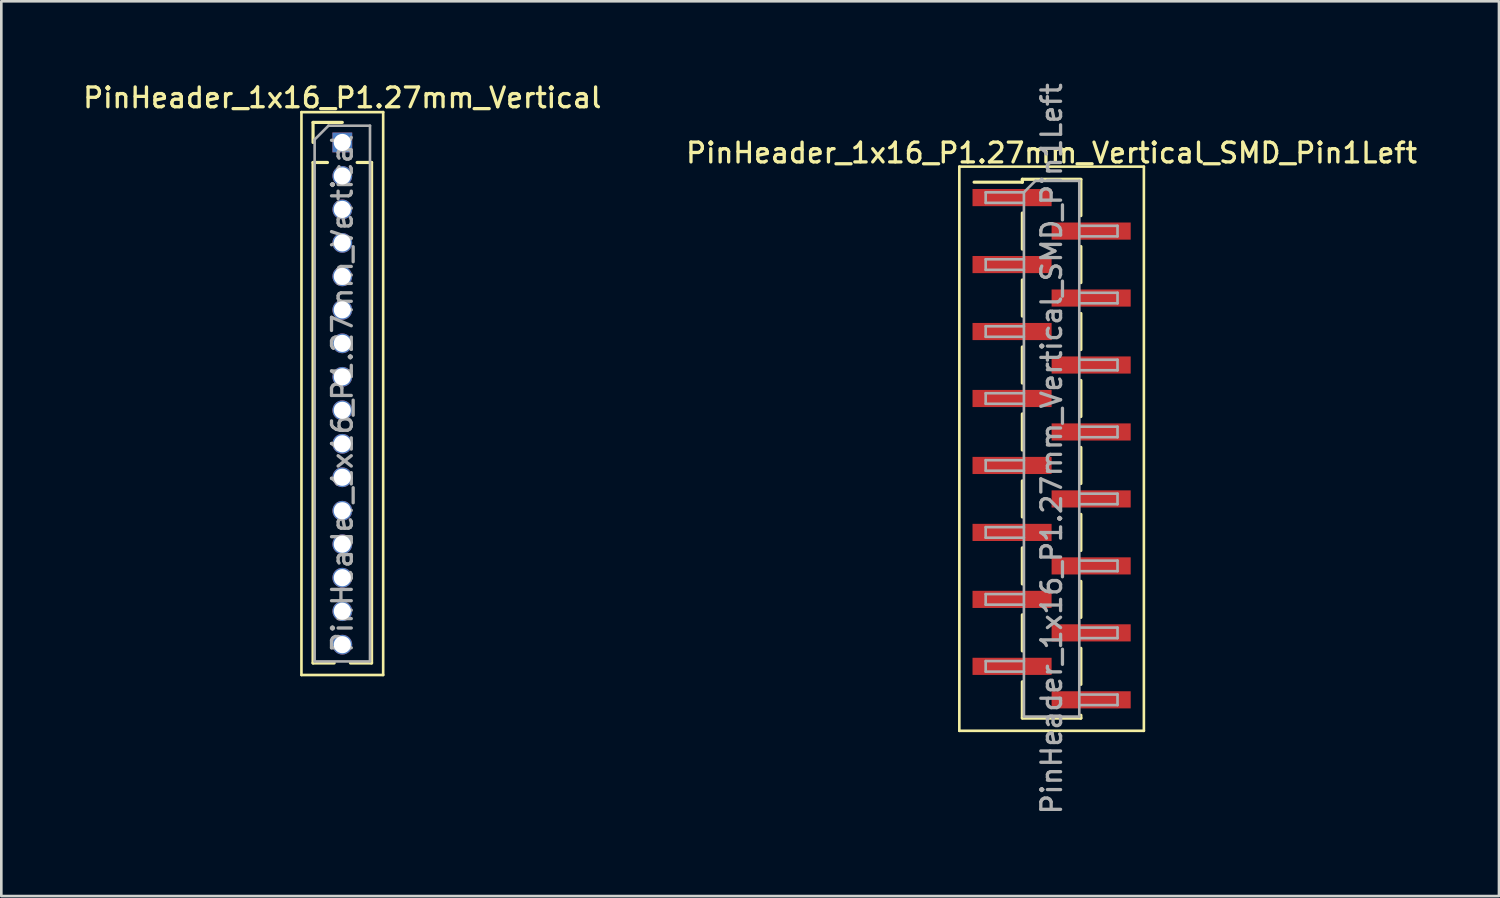
<source format=kicad_pcb>
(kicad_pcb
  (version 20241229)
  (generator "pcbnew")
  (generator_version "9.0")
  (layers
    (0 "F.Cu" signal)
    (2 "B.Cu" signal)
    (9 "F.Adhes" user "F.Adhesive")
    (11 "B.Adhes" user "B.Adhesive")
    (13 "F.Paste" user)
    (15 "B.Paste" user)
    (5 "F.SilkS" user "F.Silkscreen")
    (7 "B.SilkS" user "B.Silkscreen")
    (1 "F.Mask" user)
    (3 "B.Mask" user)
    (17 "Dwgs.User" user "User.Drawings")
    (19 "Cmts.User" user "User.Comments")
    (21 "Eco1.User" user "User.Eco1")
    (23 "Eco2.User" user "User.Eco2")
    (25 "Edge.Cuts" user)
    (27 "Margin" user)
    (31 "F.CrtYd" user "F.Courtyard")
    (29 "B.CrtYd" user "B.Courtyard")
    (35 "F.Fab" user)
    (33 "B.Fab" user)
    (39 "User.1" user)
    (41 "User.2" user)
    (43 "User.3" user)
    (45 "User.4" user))
  (footprint "PinHeader_1x16_P1.27mm_Vertical"
    (layer "F.Cu")
    (at 9.934 2.353)
    (property "Reference" "PinHeader_1x16_P1.27mm_Vertical" (at 0 -1.695 0) (layer "F.SilkS") (effects (font (size 0.75 0.75) (thickness 0.125))))
    (attr through_hole)
    (fp_line (start -1.55 -1.15) (end -1.55 20.2) (stroke (width 0.1) (type solid)) (layer "F.SilkS"))
    (fp_line (start -1.55 20.2) (end 1.55 20.2) (stroke (width 0.1) (type solid)) (layer "F.SilkS"))
    (fp_line (start -1.11 -0.76) (end 0 -0.76) (stroke (width 0.12) (type solid)) (layer "F.SilkS"))
    (fp_line (start -1.11 0) (end -1.11 -0.76) (stroke (width 0.12) (type solid)) (layer "F.SilkS"))
    (fp_line (start -1.11 0.76) (end -1.11 19.745) (stroke (width 0.12) (type solid)) (layer "F.SilkS"))
    (fp_line (start -1.11 0.76) (end -0.563 0.76) (stroke (width 0.12) (type solid)) (layer "F.SilkS"))
    (fp_line (start -1.11 19.745) (end -0.308 19.745) (stroke (width 0.12) (type solid)) (layer "F.SilkS"))
    (fp_line (start 0.308 19.745) (end 1.11 19.745) (stroke (width 0.12) (type solid)) (layer "F.SilkS"))
    (fp_line (start 0.563 0.76) (end 1.11 0.76) (stroke (width 0.12) (type solid)) (layer "F.SilkS"))
    (fp_line (start 1.11 0.76) (end 1.11 19.745) (stroke (width 0.12) (type solid)) (layer "F.SilkS"))
    (fp_line (start 1.55 -1.15) (end -1.55 -1.15) (stroke (width 0.1) (type solid)) (layer "F.SilkS"))
    (fp_line (start 1.55 20.2) (end 1.55 -1.15) (stroke (width 0.1) (type solid)) (layer "F.SilkS"))
    (fp_line (start -1.05 -0.11) (end -0.525 -0.635) (stroke (width 0.1) (type solid)) (layer "F.Fab"))
    (fp_line (start -1.05 19.685) (end -1.05 -0.11) (stroke (width 0.1) (type solid)) (layer "F.Fab"))
    (fp_line (start -0.525 -0.635) (end 1.05 -0.635) (stroke (width 0.1) (type solid)) (layer "F.Fab"))
    (fp_line (start 1.05 -0.635) (end 1.05 19.685) (stroke (width 0.1) (type solid)) (layer "F.Fab"))
    (fp_line (start 1.05 19.685) (end -1.05 19.685) (stroke (width 0.1) (type solid)) (layer "F.Fab"))
    (fp_text user "${REFERENCE}" (at 0 9.525 90) (layer "F.Fab") (effects (font (size 0.75 0.75) (thickness 0.125))))
    (pad "1" thru_hole rect (at 0 0) (size 0.75 0.75) (drill 0.65) (layers "*.Cu" "*.Mask"))
    (pad "2" thru_hole oval (at 0 1.27) (size 0.75 0.75) (drill 0.65) (layers "*.Cu" "*.Mask"))
    (pad "3" thru_hole oval (at 0 2.54) (size 0.75 0.75) (drill 0.65) (layers "*.Cu" "*.Mask"))
    (pad "4" thru_hole oval (at 0 3.81) (size 0.75 0.75) (drill 0.65) (layers "*.Cu" "*.Mask"))
    (pad "5" thru_hole oval (at 0 5.08) (size 0.75 0.75) (drill 0.65) (layers "*.Cu" "*.Mask"))
    (pad "6" thru_hole oval (at 0 6.35) (size 0.75 0.75) (drill 0.65) (layers "*.Cu" "*.Mask"))
    (pad "7" thru_hole oval (at 0 7.62) (size 0.75 0.75) (drill 0.65) (layers "*.Cu" "*.Mask"))
    (pad "8" thru_hole oval (at 0 8.89) (size 0.75 0.75) (drill 0.65) (layers "*.Cu" "*.Mask"))
    (pad "9" thru_hole oval (at 0 10.16) (size 0.75 0.75) (drill 0.65) (layers "*.Cu" "*.Mask"))
    (pad "10" thru_hole oval (at 0 11.43) (size 0.75 0.75) (drill 0.65) (layers "*.Cu" "*.Mask"))
    (pad "11" thru_hole oval (at 0 12.7) (size 0.75 0.75) (drill 0.65) (layers "*.Cu" "*.Mask"))
    (pad "12" thru_hole oval (at 0 13.97) (size 0.75 0.75) (drill 0.65) (layers "*.Cu" "*.Mask"))
    (pad "13" thru_hole oval (at 0 15.24) (size 0.75 0.75) (drill 0.65) (layers "*.Cu" "*.Mask"))
    (pad "14" thru_hole oval (at 0 16.51) (size 0.75 0.75) (drill 0.65) (layers "*.Cu" "*.Mask"))
    (pad "15" thru_hole oval (at 0 17.78) (size 0.75 0.75) (drill 0.65) (layers "*.Cu" "*.Mask"))
    (pad "16" thru_hole oval (at 0 19.05) (size 0.75 0.75) (drill 0.65) (layers "*.Cu" "*.Mask")))
  (footprint "PinHeader_1x16_P1.27mm_Vertical_SMD_Pin1Left"
    (layer "F.Cu")
    (at 36.838 13.97)
    (property "Reference" "PinHeader_1x16_P1.27mm_Vertical_SMD_Pin1Left" (at 0 -11.22 0) (layer "F.SilkS") (effects (font (size 0.75 0.75) (thickness 0.125))))
    (attr smd)
    (fp_line (start -3.5 -10.7) (end -3.5 10.7) (stroke (width 0.1) (type solid)) (layer "F.SilkS"))
    (fp_line (start -3.5 10.7) (end 3.5 10.7) (stroke (width 0.1) (type solid)) (layer "F.SilkS"))
    (fp_line (start -1.11 -10.22) (end -1.11 -10.11) (stroke (width 0.12) (type solid)) (layer "F.SilkS"))
    (fp_line (start -1.11 -10.22) (end 1.11 -10.22) (stroke (width 0.12) (type solid)) (layer "F.SilkS"))
    (fp_line (start -1.11 -10.11) (end -2.94 -10.11) (stroke (width 0.12) (type solid)) (layer "F.SilkS"))
    (fp_line (start -1.11 -8.94) (end -1.11 -7.57) (stroke (width 0.12) (type solid)) (layer "F.SilkS"))
    (fp_line (start -1.11 -6.4) (end -1.11 -5.03) (stroke (width 0.12) (type solid)) (layer "F.SilkS"))
    (fp_line (start -1.11 -3.86) (end -1.11 -2.49) (stroke (width 0.12) (type solid)) (layer "F.SilkS"))
    (fp_line (start -1.11 -1.32) (end -1.11 0.05) (stroke (width 0.12) (type solid)) (layer "F.SilkS"))
    (fp_line (start -1.11 1.22) (end -1.11 2.59) (stroke (width 0.12) (type solid)) (layer "F.SilkS"))
    (fp_line (start -1.11 3.76) (end -1.11 5.13) (stroke (width 0.12) (type solid)) (layer "F.SilkS"))
    (fp_line (start -1.11 6.3) (end -1.11 7.67) (stroke (width 0.12) (type solid)) (layer "F.SilkS"))
    (fp_line (start -1.11 8.84) (end -1.11 10.21) (stroke (width 0.12) (type solid)) (layer "F.SilkS"))
    (fp_line (start -1.11 10.22) (end 1.11 10.22) (stroke (width 0.12) (type solid)) (layer "F.SilkS"))
    (fp_line (start 1.11 -10.21) (end 1.11 -8.84) (stroke (width 0.12) (type solid)) (layer "F.SilkS"))
    (fp_line (start 1.11 -7.67) (end 1.11 -6.3) (stroke (width 0.12) (type solid)) (layer "F.SilkS"))
    (fp_line (start 1.11 -5.13) (end 1.11 -3.76) (stroke (width 0.12) (type solid)) (layer "F.SilkS"))
    (fp_line (start 1.11 -2.59) (end 1.11 -1.22) (stroke (width 0.12) (type solid)) (layer "F.SilkS"))
    (fp_line (start 1.11 -0.05) (end 1.11 1.32) (stroke (width 0.12) (type solid)) (layer "F.SilkS"))
    (fp_line (start 1.11 2.49) (end 1.11 3.86) (stroke (width 0.12) (type solid)) (layer "F.SilkS"))
    (fp_line (start 1.11 5.03) (end 1.11 6.4) (stroke (width 0.12) (type solid)) (layer "F.SilkS"))
    (fp_line (start 1.11 7.57) (end 1.11 8.94) (stroke (width 0.12) (type solid)) (layer "F.SilkS"))
    (fp_line (start 1.11 10.11) (end 1.11 10.22) (stroke (width 0.12) (type solid)) (layer "F.SilkS"))
    (fp_line (start 3.5 -10.7) (end -3.5 -10.7) (stroke (width 0.1) (type solid)) (layer "F.SilkS"))
    (fp_line (start 3.5 10.7) (end 3.5 -10.7) (stroke (width 0.1) (type solid)) (layer "F.SilkS"))
    (fp_line (start -2.5 -9.725) (end -2.5 -9.325) (stroke (width 0.1) (type solid)) (layer "F.Fab"))
    (fp_line (start -2.5 -9.325) (end -1.05 -9.325) (stroke (width 0.1) (type solid)) (layer "F.Fab"))
    (fp_line (start -2.5 -7.185) (end -2.5 -6.785) (stroke (width 0.1) (type solid)) (layer "F.Fab"))
    (fp_line (start -2.5 -6.785) (end -1.05 -6.785) (stroke (width 0.1) (type solid)) (layer "F.Fab"))
    (fp_line (start -2.5 -4.645) (end -2.5 -4.245) (stroke (width 0.1) (type solid)) (layer "F.Fab"))
    (fp_line (start -2.5 -4.245) (end -1.05 -4.245) (stroke (width 0.1) (type solid)) (layer "F.Fab"))
    (fp_line (start -2.5 -2.105) (end -2.5 -1.705) (stroke (width 0.1) (type solid)) (layer "F.Fab"))
    (fp_line (start -2.5 -1.705) (end -1.05 -1.705) (stroke (width 0.1) (type solid)) (layer "F.Fab"))
    (fp_line (start -2.5 0.435) (end -2.5 0.835) (stroke (width 0.1) (type solid)) (layer "F.Fab"))
    (fp_line (start -2.5 0.835) (end -1.05 0.835) (stroke (width 0.1) (type solid)) (layer "F.Fab"))
    (fp_line (start -2.5 2.975) (end -2.5 3.375) (stroke (width 0.1) (type solid)) (layer "F.Fab"))
    (fp_line (start -2.5 3.375) (end -1.05 3.375) (stroke (width 0.1) (type solid)) (layer "F.Fab"))
    (fp_line (start -2.5 5.515) (end -2.5 5.915) (stroke (width 0.1) (type solid)) (layer "F.Fab"))
    (fp_line (start -2.5 5.915) (end -1.05 5.915) (stroke (width 0.1) (type solid)) (layer "F.Fab"))
    (fp_line (start -2.5 8.055) (end -2.5 8.455) (stroke (width 0.1) (type solid)) (layer "F.Fab"))
    (fp_line (start -2.5 8.455) (end -1.05 8.455) (stroke (width 0.1) (type solid)) (layer "F.Fab"))
    (fp_line (start -1.05 -9.725) (end -2.5 -9.725) (stroke (width 0.1) (type solid)) (layer "F.Fab"))
    (fp_line (start -1.05 -9.725) (end -0.615 -10.16) (stroke (width 0.1) (type solid)) (layer "F.Fab"))
    (fp_line (start -1.05 -7.185) (end -2.5 -7.185) (stroke (width 0.1) (type solid)) (layer "F.Fab"))
    (fp_line (start -1.05 -4.645) (end -2.5 -4.645) (stroke (width 0.1) (type solid)) (layer "F.Fab"))
    (fp_line (start -1.05 -2.105) (end -2.5 -2.105) (stroke (width 0.1) (type solid)) (layer "F.Fab"))
    (fp_line (start -1.05 0.435) (end -2.5 0.435) (stroke (width 0.1) (type solid)) (layer "F.Fab"))
    (fp_line (start -1.05 2.975) (end -2.5 2.975) (stroke (width 0.1) (type solid)) (layer "F.Fab"))
    (fp_line (start -1.05 5.515) (end -2.5 5.515) (stroke (width 0.1) (type solid)) (layer "F.Fab"))
    (fp_line (start -1.05 8.055) (end -2.5 8.055) (stroke (width 0.1) (type solid)) (layer "F.Fab"))
    (fp_line (start -1.05 10.16) (end -1.05 -9.725) (stroke (width 0.1) (type solid)) (layer "F.Fab"))
    (fp_line (start -0.615 -10.16) (end 1.05 -10.16) (stroke (width 0.1) (type solid)) (layer "F.Fab"))
    (fp_line (start 1.05 -10.16) (end 1.05 10.16) (stroke (width 0.1) (type solid)) (layer "F.Fab"))
    (fp_line (start 1.05 -8.455) (end 2.5 -8.455) (stroke (width 0.1) (type solid)) (layer "F.Fab"))
    (fp_line (start 1.05 -5.915) (end 2.5 -5.915) (stroke (width 0.1) (type solid)) (layer "F.Fab"))
    (fp_line (start 1.05 -3.375) (end 2.5 -3.375) (stroke (width 0.1) (type solid)) (layer "F.Fab"))
    (fp_line (start 1.05 -0.835) (end 2.5 -0.835) (stroke (width 0.1) (type solid)) (layer "F.Fab"))
    (fp_line (start 1.05 1.705) (end 2.5 1.705) (stroke (width 0.1) (type solid)) (layer "F.Fab"))
    (fp_line (start 1.05 4.245) (end 2.5 4.245) (stroke (width 0.1) (type solid)) (layer "F.Fab"))
    (fp_line (start 1.05 6.785) (end 2.5 6.785) (stroke (width 0.1) (type solid)) (layer "F.Fab"))
    (fp_line (start 1.05 9.325) (end 2.5 9.325) (stroke (width 0.1) (type solid)) (layer "F.Fab"))
    (fp_line (start 1.05 10.16) (end -1.05 10.16) (stroke (width 0.1) (type solid)) (layer "F.Fab"))
    (fp_line (start 2.5 -8.455) (end 2.5 -8.055) (stroke (width 0.1) (type solid)) (layer "F.Fab"))
    (fp_line (start 2.5 -8.055) (end 1.05 -8.055) (stroke (width 0.1) (type solid)) (layer "F.Fab"))
    (fp_line (start 2.5 -5.915) (end 2.5 -5.515) (stroke (width 0.1) (type solid)) (layer "F.Fab"))
    (fp_line (start 2.5 -5.515) (end 1.05 -5.515) (stroke (width 0.1) (type solid)) (layer "F.Fab"))
    (fp_line (start 2.5 -3.375) (end 2.5 -2.975) (stroke (width 0.1) (type solid)) (layer "F.Fab"))
    (fp_line (start 2.5 -2.975) (end 1.05 -2.975) (stroke (width 0.1) (type solid)) (layer "F.Fab"))
    (fp_line (start 2.5 -0.835) (end 2.5 -0.435) (stroke (width 0.1) (type solid)) (layer "F.Fab"))
    (fp_line (start 2.5 -0.435) (end 1.05 -0.435) (stroke (width 0.1) (type solid)) (layer "F.Fab"))
    (fp_line (start 2.5 1.705) (end 2.5 2.105) (stroke (width 0.1) (type solid)) (layer "F.Fab"))
    (fp_line (start 2.5 2.105) (end 1.05 2.105) (stroke (width 0.1) (type solid)) (layer "F.Fab"))
    (fp_line (start 2.5 4.245) (end 2.5 4.645) (stroke (width 0.1) (type solid)) (layer "F.Fab"))
    (fp_line (start 2.5 4.645) (end 1.05 4.645) (stroke (width 0.1) (type solid)) (layer "F.Fab"))
    (fp_line (start 2.5 6.785) (end 2.5 7.185) (stroke (width 0.1) (type solid)) (layer "F.Fab"))
    (fp_line (start 2.5 7.185) (end 1.05 7.185) (stroke (width 0.1) (type solid)) (layer "F.Fab"))
    (fp_line (start 2.5 9.325) (end 2.5 9.725) (stroke (width 0.1) (type solid)) (layer "F.Fab"))
    (fp_line (start 2.5 9.725) (end 1.05 9.725) (stroke (width 0.1) (type solid)) (layer "F.Fab"))
    (fp_text user "${REFERENCE}" (at 0 0 90) (layer "F.Fab") (effects (font (size 0.75 0.75) (thickness 0.125))))
    (pad "1" smd rect (at -1.5 -9.525) (size 3 0.65) (layers "F.Cu" "F.Mask" "F.Paste"))
    (pad "2" smd rect (at 1.5 -8.255) (size 3 0.65) (layers "F.Cu" "F.Mask" "F.Paste"))
    (pad "3" smd rect (at -1.5 -6.985) (size 3 0.65) (layers "F.Cu" "F.Mask" "F.Paste"))
    (pad "4" smd rect (at 1.5 -5.715) (size 3 0.65) (layers "F.Cu" "F.Mask" "F.Paste"))
    (pad "5" smd rect (at -1.5 -4.445) (size 3 0.65) (layers "F.Cu" "F.Mask" "F.Paste"))
    (pad "6" smd rect (at 1.5 -3.175) (size 3 0.65) (layers "F.Cu" "F.Mask" "F.Paste"))
    (pad "7" smd rect (at -1.5 -1.905) (size 3 0.65) (layers "F.Cu" "F.Mask" "F.Paste"))
    (pad "8" smd rect (at 1.5 -0.635) (size 3 0.65) (layers "F.Cu" "F.Mask" "F.Paste"))
    (pad "9" smd rect (at -1.5 0.635) (size 3 0.65) (layers "F.Cu" "F.Mask" "F.Paste"))
    (pad "10" smd rect (at 1.5 1.905) (size 3 0.65) (layers "F.Cu" "F.Mask" "F.Paste"))
    (pad "11" smd rect (at -1.5 3.175) (size 3 0.65) (layers "F.Cu" "F.Mask" "F.Paste"))
    (pad "12" smd rect (at 1.5 4.445) (size 3 0.65) (layers "F.Cu" "F.Mask" "F.Paste"))
    (pad "13" smd rect (at -1.5 5.715) (size 3 0.65) (layers "F.Cu" "F.Mask" "F.Paste"))
    (pad "14" smd rect (at 1.5 6.985) (size 3 0.65) (layers "F.Cu" "F.Mask" "F.Paste"))
    (pad "15" smd rect (at -1.5 8.255) (size 3 0.65) (layers "F.Cu" "F.Mask" "F.Paste"))
    (pad "16" smd rect (at 1.5 9.525) (size 3 0.65) (layers "F.Cu" "F.Mask" "F.Paste")))
  (gr_rect
    (start -3 -3)
    (end 53.807 30.939)
    (stroke (width 0.1) (type default))
    (fill no)
    (layer "Edge.Cuts")))
</source>
